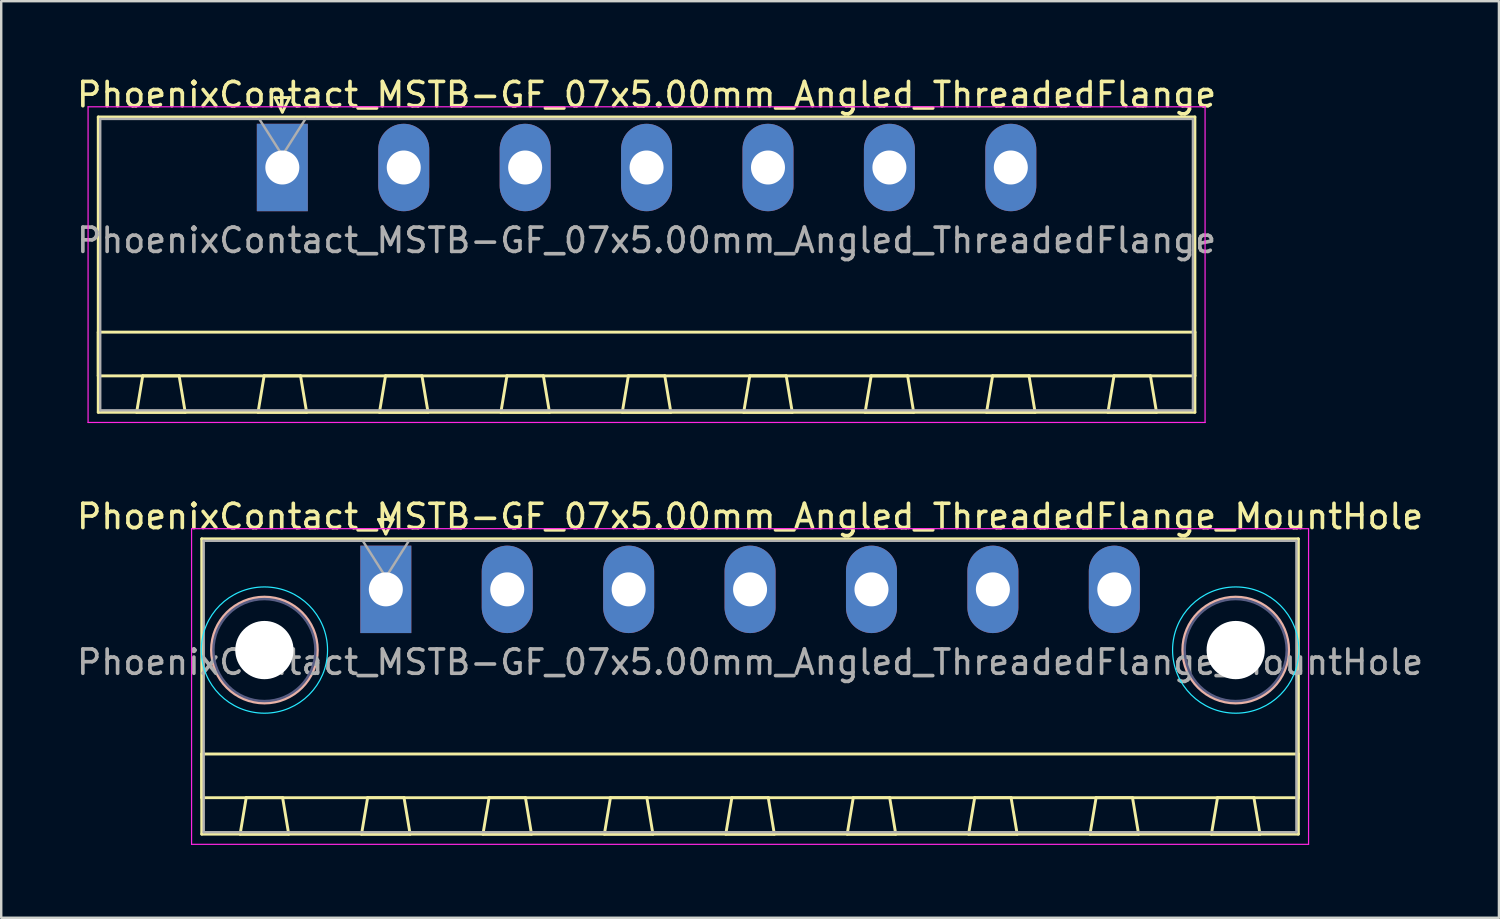
<source format=kicad_pcb>
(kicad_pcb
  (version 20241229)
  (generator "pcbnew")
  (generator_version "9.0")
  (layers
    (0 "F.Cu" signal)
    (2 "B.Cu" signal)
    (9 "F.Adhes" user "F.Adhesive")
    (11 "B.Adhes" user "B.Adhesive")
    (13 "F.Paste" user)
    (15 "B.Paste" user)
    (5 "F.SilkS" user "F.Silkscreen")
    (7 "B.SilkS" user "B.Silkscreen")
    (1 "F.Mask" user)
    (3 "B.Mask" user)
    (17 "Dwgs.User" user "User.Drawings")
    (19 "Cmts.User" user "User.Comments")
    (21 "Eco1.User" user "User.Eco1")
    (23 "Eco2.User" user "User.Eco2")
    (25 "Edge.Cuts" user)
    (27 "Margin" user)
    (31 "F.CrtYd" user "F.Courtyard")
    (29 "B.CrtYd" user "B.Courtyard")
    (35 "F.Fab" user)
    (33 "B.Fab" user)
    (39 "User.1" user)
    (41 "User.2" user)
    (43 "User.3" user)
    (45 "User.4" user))
  (footprint "PhoenixContact_MSTB-GF_07x5.00mm_Angled_ThreadedFlange"
    (layer "F.Cu")
    (at 8.577 3.848)
    (property "Reference" "PhoenixContact_MSTB-GF_07x5.00mm_Angled_ThreadedFlange" (at 15 -3 0) (layer "F.SilkS") (effects (font (size 1 1) (thickness 0.15))))
    (attr through_hole)
    (fp_line (start -7.58 -2.08) (end -7.58 10.08) (stroke (width 0.12) (type solid)) (layer "F.SilkS"))
    (fp_line (start -7.58 6.78) (end 37.58 6.78) (stroke (width 0.12) (type solid)) (layer "F.SilkS"))
    (fp_line (start -7.58 8.58) (end -7.58 6.78) (stroke (width 0.12) (type solid)) (layer "F.SilkS"))
    (fp_line (start -7.58 10.08) (end 37.58 10.08) (stroke (width 0.12) (type solid)) (layer "F.SilkS"))
    (fp_line (start -6 10.08) (end -4 10.08) (stroke (width 0.12) (type solid)) (layer "F.SilkS"))
    (fp_line (start -5.75 8.58) (end -6 10.08) (stroke (width 0.12) (type solid)) (layer "F.SilkS"))
    (fp_line (start -4.25 8.58) (end -5.75 8.58) (stroke (width 0.12) (type solid)) (layer "F.SilkS"))
    (fp_line (start -4 10.08) (end -4.25 8.58) (stroke (width 0.12) (type solid)) (layer "F.SilkS"))
    (fp_line (start -1 10.08) (end 1 10.08) (stroke (width 0.12) (type solid)) (layer "F.SilkS"))
    (fp_line (start -0.75 8.58) (end -1 10.08) (stroke (width 0.12) (type solid)) (layer "F.SilkS"))
    (fp_line (start -0.3 -2.88) (end 0.3 -2.88) (stroke (width 0.12) (type solid)) (layer "F.SilkS"))
    (fp_line (start 0 -2.28) (end -0.3 -2.88) (stroke (width 0.12) (type solid)) (layer "F.SilkS"))
    (fp_line (start 0.3 -2.88) (end 0 -2.28) (stroke (width 0.12) (type solid)) (layer "F.SilkS"))
    (fp_line (start 0.75 8.58) (end -0.75 8.58) (stroke (width 0.12) (type solid)) (layer "F.SilkS"))
    (fp_line (start 1 10.08) (end 0.75 8.58) (stroke (width 0.12) (type solid)) (layer "F.SilkS"))
    (fp_line (start 4 10.08) (end 6 10.08) (stroke (width 0.12) (type solid)) (layer "F.SilkS"))
    (fp_line (start 4.25 8.58) (end 4 10.08) (stroke (width 0.12) (type solid)) (layer "F.SilkS"))
    (fp_line (start 5.75 8.58) (end 4.25 8.58) (stroke (width 0.12) (type solid)) (layer "F.SilkS"))
    (fp_line (start 6 10.08) (end 5.75 8.58) (stroke (width 0.12) (type solid)) (layer "F.SilkS"))
    (fp_line (start 9 10.08) (end 11 10.08) (stroke (width 0.12) (type solid)) (layer "F.SilkS"))
    (fp_line (start 9.25 8.58) (end 9 10.08) (stroke (width 0.12) (type solid)) (layer "F.SilkS"))
    (fp_line (start 10.75 8.58) (end 9.25 8.58) (stroke (width 0.12) (type solid)) (layer "F.SilkS"))
    (fp_line (start 11 10.08) (end 10.75 8.58) (stroke (width 0.12) (type solid)) (layer "F.SilkS"))
    (fp_line (start 14 10.08) (end 16 10.08) (stroke (width 0.12) (type solid)) (layer "F.SilkS"))
    (fp_line (start 14.25 8.58) (end 14 10.08) (stroke (width 0.12) (type solid)) (layer "F.SilkS"))
    (fp_line (start 15.75 8.58) (end 14.25 8.58) (stroke (width 0.12) (type solid)) (layer "F.SilkS"))
    (fp_line (start 16 10.08) (end 15.75 8.58) (stroke (width 0.12) (type solid)) (layer "F.SilkS"))
    (fp_line (start 19 10.08) (end 21 10.08) (stroke (width 0.12) (type solid)) (layer "F.SilkS"))
    (fp_line (start 19.25 8.58) (end 19 10.08) (stroke (width 0.12) (type solid)) (layer "F.SilkS"))
    (fp_line (start 20.75 8.58) (end 19.25 8.58) (stroke (width 0.12) (type solid)) (layer "F.SilkS"))
    (fp_line (start 21 10.08) (end 20.75 8.58) (stroke (width 0.12) (type solid)) (layer "F.SilkS"))
    (fp_line (start 24 10.08) (end 26 10.08) (stroke (width 0.12) (type solid)) (layer "F.SilkS"))
    (fp_line (start 24.25 8.58) (end 24 10.08) (stroke (width 0.12) (type solid)) (layer "F.SilkS"))
    (fp_line (start 25.75 8.58) (end 24.25 8.58) (stroke (width 0.12) (type solid)) (layer "F.SilkS"))
    (fp_line (start 26 10.08) (end 25.75 8.58) (stroke (width 0.12) (type solid)) (layer "F.SilkS"))
    (fp_line (start 29 10.08) (end 31 10.08) (stroke (width 0.12) (type solid)) (layer "F.SilkS"))
    (fp_line (start 29.25 8.58) (end 29 10.08) (stroke (width 0.12) (type solid)) (layer "F.SilkS"))
    (fp_line (start 30.75 8.58) (end 29.25 8.58) (stroke (width 0.12) (type solid)) (layer "F.SilkS"))
    (fp_line (start 31 10.08) (end 30.75 8.58) (stroke (width 0.12) (type solid)) (layer "F.SilkS"))
    (fp_line (start 34 10.08) (end 36 10.08) (stroke (width 0.12) (type solid)) (layer "F.SilkS"))
    (fp_line (start 34.25 8.58) (end 34 10.08) (stroke (width 0.12) (type solid)) (layer "F.SilkS"))
    (fp_line (start 35.75 8.58) (end 34.25 8.58) (stroke (width 0.12) (type solid)) (layer "F.SilkS"))
    (fp_line (start 36 10.08) (end 35.75 8.58) (stroke (width 0.12) (type solid)) (layer "F.SilkS"))
    (fp_line (start 37.58 -2.08) (end -7.58 -2.08) (stroke (width 0.12) (type solid)) (layer "F.SilkS"))
    (fp_line (start 37.58 6.78) (end 37.58 8.58) (stroke (width 0.12) (type solid)) (layer "F.SilkS"))
    (fp_line (start 37.58 8.58) (end -7.58 8.58) (stroke (width 0.12) (type solid)) (layer "F.SilkS"))
    (fp_line (start 37.58 10.08) (end 37.58 -2.08) (stroke (width 0.12) (type solid)) (layer "F.SilkS"))
    (fp_line (start -8 -2.5) (end -8 10.5) (stroke (width 0.05) (type solid)) (layer "F.CrtYd"))
    (fp_line (start -8 10.5) (end 38 10.5) (stroke (width 0.05) (type solid)) (layer "F.CrtYd"))
    (fp_line (start 38 -2.5) (end -8 -2.5) (stroke (width 0.05) (type solid)) (layer "F.CrtYd"))
    (fp_line (start 38 10.5) (end 38 -2.5) (stroke (width 0.05) (type solid)) (layer "F.CrtYd"))
    (fp_line (start -7.5 -2) (end -7.5 10) (stroke (width 0.1) (type solid)) (layer "F.Fab"))
    (fp_line (start -7.5 10) (end 37.5 10) (stroke (width 0.1) (type solid)) (layer "F.Fab"))
    (fp_line (start 0 -0.5) (end -0.95 -2) (stroke (width 0.1) (type solid)) (layer "F.Fab"))
    (fp_line (start 0.95 -2) (end 0 -0.5) (stroke (width 0.1) (type solid)) (layer "F.Fab"))
    (fp_line (start 37.5 -2) (end -7.5 -2) (stroke (width 0.1) (type solid)) (layer "F.Fab"))
    (fp_line (start 37.5 10) (end 37.5 -2) (stroke (width 0.1) (type solid)) (layer "F.Fab"))
    (fp_text user "${REFERENCE}" (at 15 3 0) (layer "F.Fab") (effects (font (size 1 1) (thickness 0.15))))
    (pad "1" thru_hole rect (at 0 0) (size 2.1 3.6) (drill 1.4) (layers "*.Cu" "*.Mask"))
    (pad "2" thru_hole oval (at 5 0) (size 2.1 3.6) (drill 1.4) (layers "*.Cu" "*.Mask"))
    (pad "3" thru_hole oval (at 10 0) (size 2.1 3.6) (drill 1.4) (layers "*.Cu" "*.Mask"))
    (pad "4" thru_hole oval (at 15 0) (size 2.1 3.6) (drill 1.4) (layers "*.Cu" "*.Mask"))
    (pad "5" thru_hole oval (at 20 0) (size 2.1 3.6) (drill 1.4) (layers "*.Cu" "*.Mask"))
    (pad "6" thru_hole oval (at 25 0) (size 2.1 3.6) (drill 1.4) (layers "*.Cu" "*.Mask"))
    (pad "7" thru_hole oval (at 30 0) (size 2.1 3.6) (drill 1.4) (layers "*.Cu" "*.Mask")))
  (footprint "PhoenixContact_MSTB-GF_07x5.00mm_Angled_ThreadedFlange_MountHole"
    (layer "F.Cu")
    (at 12.839 21.221)
    (property "Reference" "PhoenixContact_MSTB-GF_07x5.00mm_Angled_ThreadedFlange_MountHole" (at 15 -3 0) (layer "F.SilkS") (effects (font (size 1 1) (thickness 0.15))))
    (attr through_hole)
    (fp_line (start -7.58 -2.08) (end -7.58 10.08) (stroke (width 0.12) (type solid)) (layer "F.SilkS"))
    (fp_line (start -7.58 6.78) (end 37.58 6.78) (stroke (width 0.12) (type solid)) (layer "F.SilkS"))
    (fp_line (start -7.58 8.58) (end -7.58 6.78) (stroke (width 0.12) (type solid)) (layer "F.SilkS"))
    (fp_line (start -7.58 10.08) (end 37.58 10.08) (stroke (width 0.12) (type solid)) (layer "F.SilkS"))
    (fp_line (start -6 10.08) (end -4 10.08) (stroke (width 0.12) (type solid)) (layer "F.SilkS"))
    (fp_line (start -5.75 8.58) (end -6 10.08) (stroke (width 0.12) (type solid)) (layer "F.SilkS"))
    (fp_line (start -4.25 8.58) (end -5.75 8.58) (stroke (width 0.12) (type solid)) (layer "F.SilkS"))
    (fp_line (start -4 10.08) (end -4.25 8.58) (stroke (width 0.12) (type solid)) (layer "F.SilkS"))
    (fp_line (start -1 10.08) (end 1 10.08) (stroke (width 0.12) (type solid)) (layer "F.SilkS"))
    (fp_line (start -0.75 8.58) (end -1 10.08) (stroke (width 0.12) (type solid)) (layer "F.SilkS"))
    (fp_line (start -0.3 -2.88) (end 0.3 -2.88) (stroke (width 0.12) (type solid)) (layer "F.SilkS"))
    (fp_line (start 0 -2.28) (end -0.3 -2.88) (stroke (width 0.12) (type solid)) (layer "F.SilkS"))
    (fp_line (start 0.3 -2.88) (end 0 -2.28) (stroke (width 0.12) (type solid)) (layer "F.SilkS"))
    (fp_line (start 0.75 8.58) (end -0.75 8.58) (stroke (width 0.12) (type solid)) (layer "F.SilkS"))
    (fp_line (start 1 10.08) (end 0.75 8.58) (stroke (width 0.12) (type solid)) (layer "F.SilkS"))
    (fp_line (start 4 10.08) (end 6 10.08) (stroke (width 0.12) (type solid)) (layer "F.SilkS"))
    (fp_line (start 4.25 8.58) (end 4 10.08) (stroke (width 0.12) (type solid)) (layer "F.SilkS"))
    (fp_line (start 5.75 8.58) (end 4.25 8.58) (stroke (width 0.12) (type solid)) (layer "F.SilkS"))
    (fp_line (start 6 10.08) (end 5.75 8.58) (stroke (width 0.12) (type solid)) (layer "F.SilkS"))
    (fp_line (start 9 10.08) (end 11 10.08) (stroke (width 0.12) (type solid)) (layer "F.SilkS"))
    (fp_line (start 9.25 8.58) (end 9 10.08) (stroke (width 0.12) (type solid)) (layer "F.SilkS"))
    (fp_line (start 10.75 8.58) (end 9.25 8.58) (stroke (width 0.12) (type solid)) (layer "F.SilkS"))
    (fp_line (start 11 10.08) (end 10.75 8.58) (stroke (width 0.12) (type solid)) (layer "F.SilkS"))
    (fp_line (start 14 10.08) (end 16 10.08) (stroke (width 0.12) (type solid)) (layer "F.SilkS"))
    (fp_line (start 14.25 8.58) (end 14 10.08) (stroke (width 0.12) (type solid)) (layer "F.SilkS"))
    (fp_line (start 15.75 8.58) (end 14.25 8.58) (stroke (width 0.12) (type solid)) (layer "F.SilkS"))
    (fp_line (start 16 10.08) (end 15.75 8.58) (stroke (width 0.12) (type solid)) (layer "F.SilkS"))
    (fp_line (start 19 10.08) (end 21 10.08) (stroke (width 0.12) (type solid)) (layer "F.SilkS"))
    (fp_line (start 19.25 8.58) (end 19 10.08) (stroke (width 0.12) (type solid)) (layer "F.SilkS"))
    (fp_line (start 20.75 8.58) (end 19.25 8.58) (stroke (width 0.12) (type solid)) (layer "F.SilkS"))
    (fp_line (start 21 10.08) (end 20.75 8.58) (stroke (width 0.12) (type solid)) (layer "F.SilkS"))
    (fp_line (start 24 10.08) (end 26 10.08) (stroke (width 0.12) (type solid)) (layer "F.SilkS"))
    (fp_line (start 24.25 8.58) (end 24 10.08) (stroke (width 0.12) (type solid)) (layer "F.SilkS"))
    (fp_line (start 25.75 8.58) (end 24.25 8.58) (stroke (width 0.12) (type solid)) (layer "F.SilkS"))
    (fp_line (start 26 10.08) (end 25.75 8.58) (stroke (width 0.12) (type solid)) (layer "F.SilkS"))
    (fp_line (start 29 10.08) (end 31 10.08) (stroke (width 0.12) (type solid)) (layer "F.SilkS"))
    (fp_line (start 29.25 8.58) (end 29 10.08) (stroke (width 0.12) (type solid)) (layer "F.SilkS"))
    (fp_line (start 30.75 8.58) (end 29.25 8.58) (stroke (width 0.12) (type solid)) (layer "F.SilkS"))
    (fp_line (start 31 10.08) (end 30.75 8.58) (stroke (width 0.12) (type solid)) (layer "F.SilkS"))
    (fp_line (start 34 10.08) (end 36 10.08) (stroke (width 0.12) (type solid)) (layer "F.SilkS"))
    (fp_line (start 34.25 8.58) (end 34 10.08) (stroke (width 0.12) (type solid)) (layer "F.SilkS"))
    (fp_line (start 35.75 8.58) (end 34.25 8.58) (stroke (width 0.12) (type solid)) (layer "F.SilkS"))
    (fp_line (start 36 10.08) (end 35.75 8.58) (stroke (width 0.12) (type solid)) (layer "F.SilkS"))
    (fp_line (start 37.58 -2.08) (end -7.58 -2.08) (stroke (width 0.12) (type solid)) (layer "F.SilkS"))
    (fp_line (start 37.58 6.78) (end 37.58 8.58) (stroke (width 0.12) (type solid)) (layer "F.SilkS"))
    (fp_line (start 37.58 8.58) (end -7.58 8.58) (stroke (width 0.12) (type solid)) (layer "F.SilkS"))
    (fp_line (start 37.58 10.08) (end 37.58 -2.08) (stroke (width 0.12) (type solid)) (layer "F.SilkS"))
    (fp_circle (center -5 2.5) (end -2.82 2.5) (stroke (width 0.12) (type solid)) (fill no) (layer "B.SilkS"))
    (fp_circle (center 35 2.5) (end 37.18 2.5) (stroke (width 0.12) (type solid)) (fill no) (layer "B.SilkS"))
    (fp_circle (center -5 2.5) (end -2.4 2.5) (stroke (width 0.05) (type solid)) (fill no) (layer "B.CrtYd"))
    (fp_circle (center 35 2.5) (end 37.6 2.5) (stroke (width 0.05) (type solid)) (fill no) (layer "B.CrtYd"))
    (fp_line (start -8 -2.5) (end -8 10.5) (stroke (width 0.05) (type solid)) (layer "F.CrtYd"))
    (fp_line (start -8 10.5) (end 38 10.5) (stroke (width 0.05) (type solid)) (layer "F.CrtYd"))
    (fp_line (start 38 -2.5) (end -8 -2.5) (stroke (width 0.05) (type solid)) (layer "F.CrtYd"))
    (fp_line (start 38 10.5) (end 38 -2.5) (stroke (width 0.05) (type solid)) (layer "F.CrtYd"))
    (fp_circle (center -5 2.5) (end -2.9 2.5) (stroke (width 0.1) (type solid)) (fill no) (layer "B.Fab"))
    (fp_circle (center 35 2.5) (end 37.1 2.5) (stroke (width 0.1) (type solid)) (fill no) (layer "B.Fab"))
    (fp_line (start -7.5 -2) (end -7.5 10) (stroke (width 0.1) (type solid)) (layer "F.Fab"))
    (fp_line (start -7.5 10) (end 37.5 10) (stroke (width 0.1) (type solid)) (layer "F.Fab"))
    (fp_line (start 0 -0.5) (end -0.95 -2) (stroke (width 0.1) (type solid)) (layer "F.Fab"))
    (fp_line (start 0.95 -2) (end 0 -0.5) (stroke (width 0.1) (type solid)) (layer "F.Fab"))
    (fp_line (start 37.5 -2) (end -7.5 -2) (stroke (width 0.1) (type solid)) (layer "F.Fab"))
    (fp_line (start 37.5 10) (end 37.5 -2) (stroke (width 0.1) (type solid)) (layer "F.Fab"))
    (fp_text user "${REFERENCE}" (at 15 3 0) (layer "F.Fab") (effects (font (size 1 1) (thickness 0.15))))
    (pad "" np_thru_hole circle (at -5 2.5) (size 2.4 2.4) (drill 2.4) (layers "*.Cu" "*.Mask"))
    (pad "" np_thru_hole circle (at 35 2.5) (size 2.4 2.4) (drill 2.4) (layers "*.Cu" "*.Mask"))
    (pad "1" thru_hole rect (at 0 0) (size 2.1 3.6) (drill 1.4) (layers "*.Cu" "*.Mask"))
    (pad "2" thru_hole oval (at 5 0) (size 2.1 3.6) (drill 1.4) (layers "*.Cu" "*.Mask"))
    (pad "3" thru_hole oval (at 10 0) (size 2.1 3.6) (drill 1.4) (layers "*.Cu" "*.Mask"))
    (pad "4" thru_hole oval (at 15 0) (size 2.1 3.6) (drill 1.4) (layers "*.Cu" "*.Mask"))
    (pad "5" thru_hole oval (at 20 0) (size 2.1 3.6) (drill 1.4) (layers "*.Cu" "*.Mask"))
    (pad "6" thru_hole oval (at 25 0) (size 2.1 3.6) (drill 1.4) (layers "*.Cu" "*.Mask"))
    (pad "7" thru_hole oval (at 30 0) (size 2.1 3.6) (drill 1.4) (layers "*.Cu" "*.Mask")))
  (gr_rect
    (start -3 -3)
    (end 58.679 34.746)
    (stroke (width 0.1) (type default))
    (fill no)
    (layer "Edge.Cuts")))
</source>
